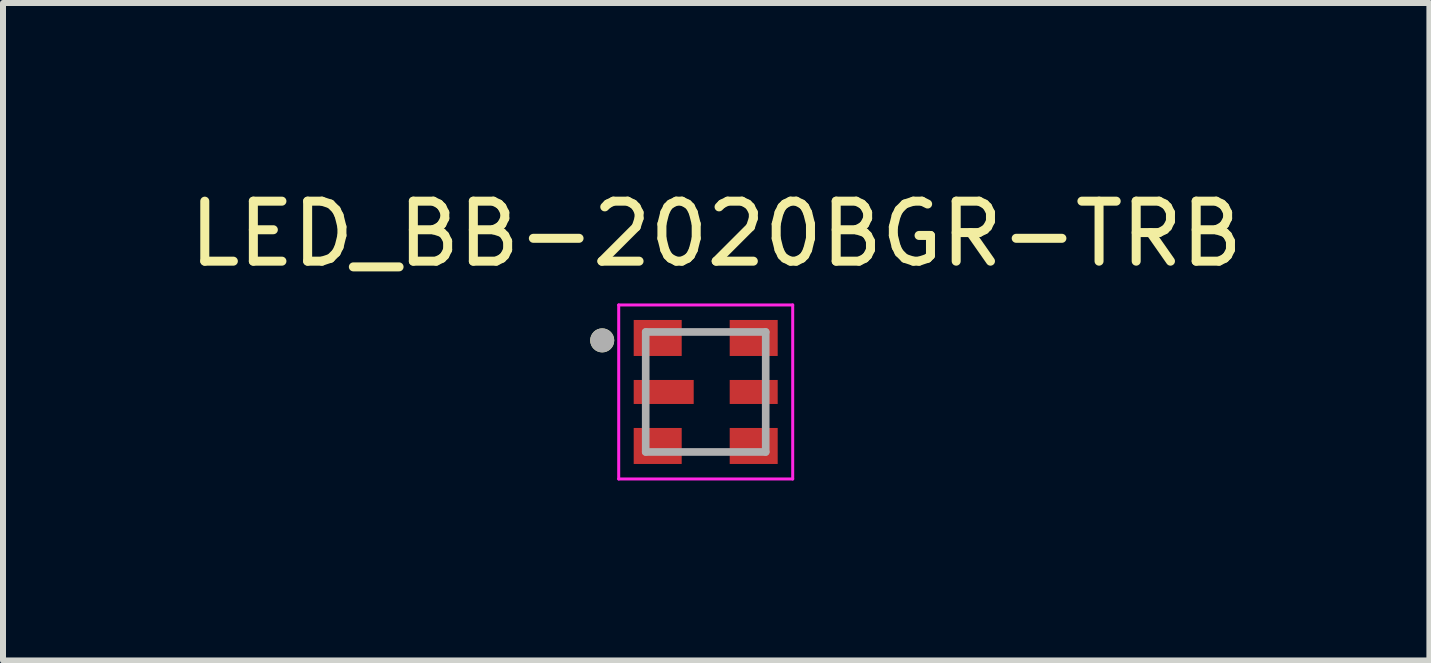
<source format=kicad_pcb>
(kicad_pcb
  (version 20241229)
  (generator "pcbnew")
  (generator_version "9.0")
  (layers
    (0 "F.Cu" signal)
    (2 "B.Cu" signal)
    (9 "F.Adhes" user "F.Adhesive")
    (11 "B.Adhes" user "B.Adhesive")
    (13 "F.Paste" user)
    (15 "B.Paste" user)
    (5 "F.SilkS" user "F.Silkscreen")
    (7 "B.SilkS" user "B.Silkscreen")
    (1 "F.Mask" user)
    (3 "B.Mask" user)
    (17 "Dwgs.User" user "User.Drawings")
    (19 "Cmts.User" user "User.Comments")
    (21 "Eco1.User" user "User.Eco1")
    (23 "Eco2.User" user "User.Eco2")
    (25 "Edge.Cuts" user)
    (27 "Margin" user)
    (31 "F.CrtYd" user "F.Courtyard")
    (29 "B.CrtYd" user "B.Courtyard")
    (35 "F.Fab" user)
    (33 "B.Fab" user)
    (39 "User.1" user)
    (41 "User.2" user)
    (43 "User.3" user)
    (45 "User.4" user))
  (footprint "LED_BB-2020BGR-TRB"
    (layer "F.Cu")
    (at 8.712 3.483)
    (property "Reference" "LED_BB-2020BGR-TRB" (at 0.175 -2.635 0) (layer "F.SilkS") (effects (font (size 1 1) (thickness 0.15))))
    (attr through_hole)
    (fp_circle (center -1.725 -0.86) (end -1.625 -0.86) (stroke (width 0.2) (type solid)) (fill no) (layer "F.SilkS"))
    (fp_line (start -1.45 -1.45) (end -1.45 1.45) (stroke (width 0.05) (type solid)) (layer "F.CrtYd"))
    (fp_line (start -1.45 1.45) (end 1.45 1.45) (stroke (width 0.05) (type solid)) (layer "F.CrtYd"))
    (fp_line (start 1.45 -1.45) (end -1.45 -1.45) (stroke (width 0.05) (type solid)) (layer "F.CrtYd"))
    (fp_line (start 1.45 1.45) (end 1.45 -1.45) (stroke (width 0.05) (type solid)) (layer "F.CrtYd"))
    (fp_line (start -1 -1) (end 1 -1) (stroke (width 0.127) (type solid)) (layer "F.Fab"))
    (fp_line (start -1 1) (end -1 -1) (stroke (width 0.127) (type solid)) (layer "F.Fab"))
    (fp_line (start 1 -1) (end 1 1) (stroke (width 0.127) (type solid)) (layer "F.Fab"))
    (fp_line (start 1 1) (end -1 1) (stroke (width 0.127) (type solid)) (layer "F.Fab"))
    (fp_circle (center -1.725 -0.86) (end -1.625 -0.86) (stroke (width 0.2) (type solid)) (fill no) (layer "F.Fab"))
    (pad "1" smd rect (at -0.8 -0.9) (size 0.8 0.6) (layers "F.Cu" "F.Mask" "F.Paste"))
    (pad "2" smd rect (at -0.7 0) (size 1 0.4) (layers "F.Cu" "F.Mask" "F.Paste"))
    (pad "3" smd rect (at -0.8 0.9) (size 0.8 0.6) (layers "F.Cu" "F.Mask" "F.Paste"))
    (pad "4" smd rect (at 0.8 0.9) (size 0.8 0.6) (layers "F.Cu" "F.Mask" "F.Paste"))
    (pad "5" smd rect (at 0.8 0) (size 0.8 0.4) (layers "F.Cu" "F.Mask" "F.Paste"))
    (pad "6" smd rect (at 0.8 -0.9) (size 0.8 0.6) (layers "F.Cu" "F.Mask" "F.Paste")))
  (gr_rect
    (start -3 -3)
    (end 20.774 7.958)
    (stroke (width 0.1) (type default))
    (fill no)
    (layer "Edge.Cuts")))
</source>
